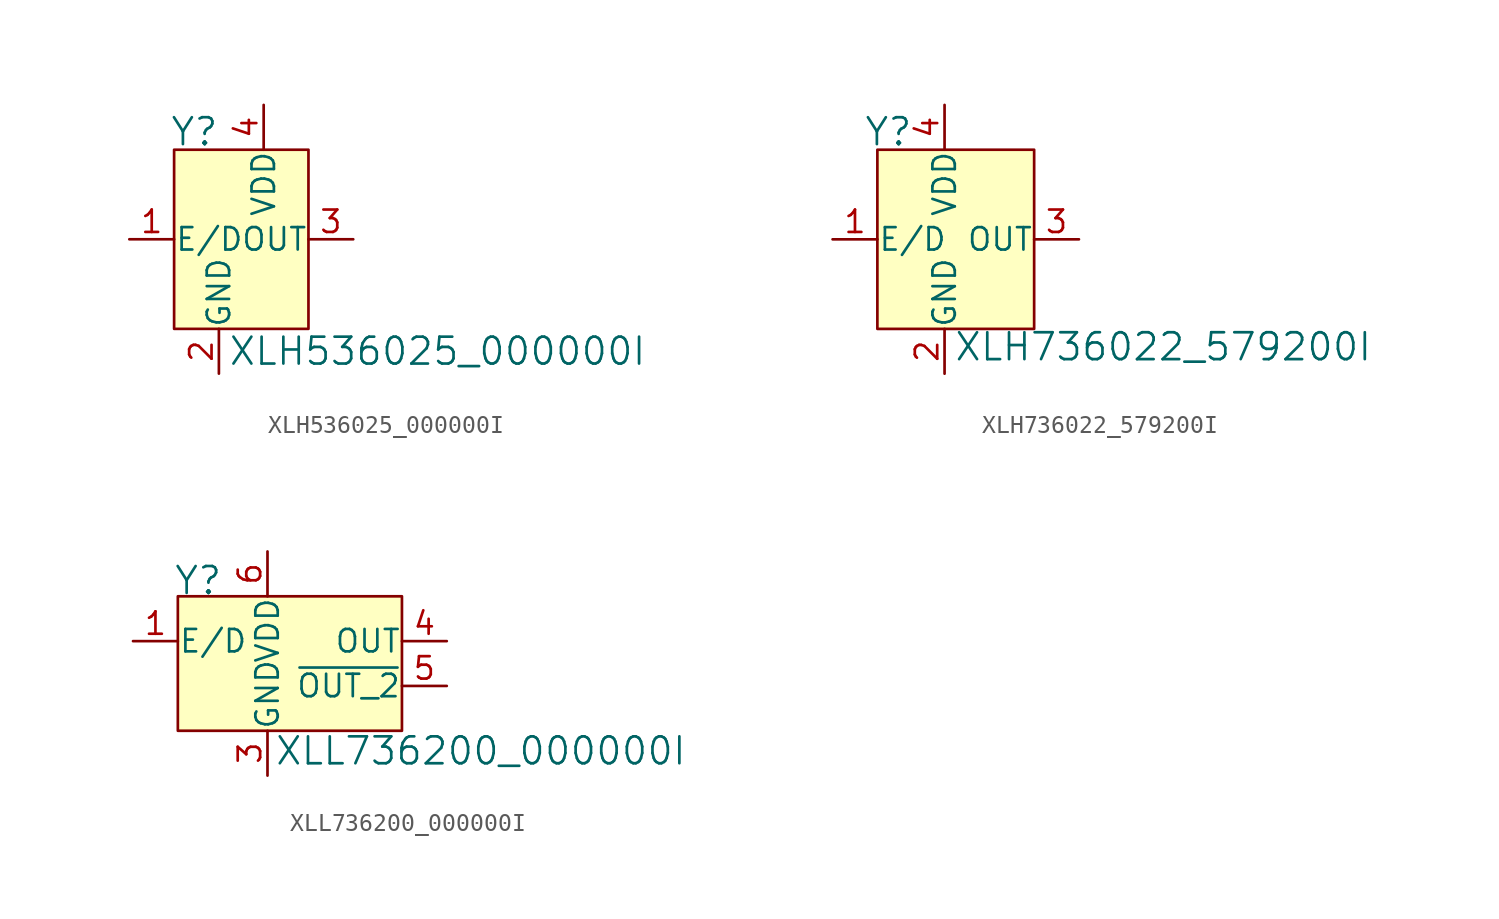
<source format=kicad_sym>
(kicad_symbol_lib
  (version 20231120)
  (generator "kicad_symbol_editor")
  (generator_version "8.0")
  (symbol "XLH536025_000000I"
    (pin_names
      (offset 0.025))
    (property "Reference" "Y"
      (at -2.794 3.556 0)
      (effects (font (size 1.524 1.524)) (justify left)))
    (property "Value" "XLH536025_000000I"
      (at 0.508 -8.89 0)
      (effects (font (size 1.524 1.524)) (justify left)))
    (symbol "XLH536025_000000I_0_1"
      (rectangle (start 5.08 2.54) (end -2.54 -7.62) (stroke (width 0) (type default)) (fill (type background))))
    (symbol "XLH536025_000000I_1_1"
      (pin input line (at -5.08 -2.54 0) (length 2.54) (name "E/D" (effects (font (size 1.27 1.27)))) (number "1" (effects (font (size 1.27 1.27)))))
      (pin power_in line (at 0 -10.16 90) (length 2.54) (name "GND" (effects (font (size 1.27 1.27)))) (number "2" (effects (font (size 1.27 1.27)))))
      (pin output line (at 7.62 -2.54 180) (length 2.54) (name "OUT" (effects (font (size 1.27 1.27)))) (number "3" (effects (font (size 1.27 1.27)))))
      (pin power_in line (at 2.54 5.08 270) (length 2.54) (name "VDD" (effects (font (size 1.27 1.27)))) (number "4" (effects (font (size 1.27 1.27)))))))
  (symbol "XLH736022_579200I"
    (pin_names
      (offset 0.025))
    (property "Reference" "Y"
      (at -1.778 6.096 0)
      (effects (font (size 1.524 1.524)) (justify right)))
    (property "Value" "XLH736022_579200I"
      (at 0.508 -6.096 0)
      (effects (font (size 1.524 1.524)) (justify left)))
    (symbol "XLH736022_579200I_0_1"
      (rectangle (start 5.08 5.08) (end -3.81 -5.08) (stroke (width 0) (type default)) (fill (type background))))
    (symbol "XLH736022_579200I_1_1"
      (pin input line (at -6.35 0 0) (length 2.54) (name "E/D" (effects (font (size 1.27 1.27)))) (number "1" (effects (font (size 1.27 1.27)))))
      (pin power_in line (at 0 -7.62 90) (length 2.54) (name "GND" (effects (font (size 1.27 1.27)))) (number "2" (effects (font (size 1.27 1.27)))))
      (pin output line (at 7.62 0 180) (length 2.54) (name "OUT" (effects (font (size 1.27 1.27)))) (number "3" (effects (font (size 1.27 1.27)))))
      (pin power_in line (at 0 7.62 270) (length 2.54) (name "VDD" (effects (font (size 1.27 1.27)))) (number "4" (effects (font (size 1.27 1.27)))))))
  (symbol "XLL736200_000000I"
    (pin_names
      (offset 0.025))
    (property "Reference" "Y"
      (at -5.334 3.429 0)
      (effects (font (size 1.524 1.524)) (justify left)))
    (property "Value" "XLL736200_000000I"
      (at 0.381 -6.223 0)
      (effects (font (size 1.524 1.524)) (justify left)))
    (symbol "XLL736200_000000I_0_1"
      (rectangle (start 7.62 2.54) (end -5.08 -5.08) (stroke (width 0) (type default)) (fill (type background))))
    (symbol "XLL736200_000000I_1_1"
      (pin input line (at -7.62 0 0) (length 2.54) (name "E/D" (effects (font (size 1.27 1.27)))) (number "1" (effects (font (size 1.27 1.27)))))
      (pin no_connect line (at -5.08 -2.54 0) (length 2.54) hide (name "NC" (effects (font (size 1.27 1.27)))) (number "2" (effects (font (size 1.27 1.27)))))
      (pin power_in line (at 0 -7.62 90) (length 2.54) (name "GND" (effects (font (size 1.27 1.27)))) (number "3" (effects (font (size 1.27 1.27)))))
      (pin output line (at 10.16 0 180) (length 2.54) (name "OUT" (effects (font (size 1.27 1.27)))) (number "4" (effects (font (size 1.27 1.27)))))
      (pin output line (at 10.16 -2.54 180) (length 2.54) (name "~{OUT_2}" (effects (font (size 1.27 1.27)))) (number "5" (effects (font (size 1.27 1.27)))))
      (pin power_in line (at 0 5.08 270) (length 2.54) (name "VDD" (effects (font (size 1.27 1.27)))) (number "6" (effects (font (size 1.27 1.27))))))))
</source>
